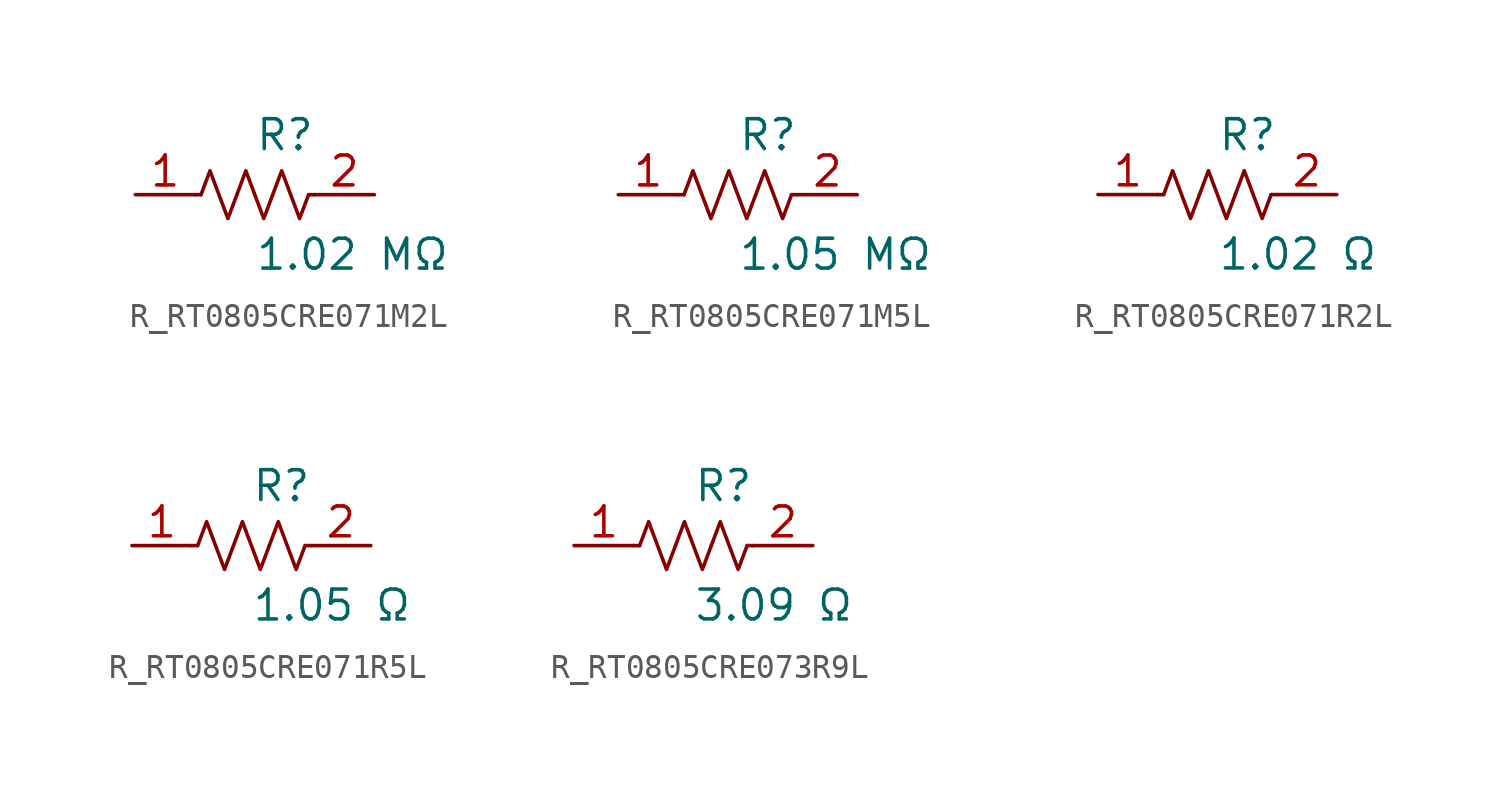
<source format=kicad_sym>
(kicad_symbol_lib
  (version 20231120)
  (generator kicad_symbol_editor)
  (generator_version 8.0)
  (symbol "R_RT0805CRE071M2L"
    (pin_names
      (offset 0.254))
    (property "Reference" "R"
      (at 0.0 2.54 0)
      (effects (font (size 1.27 1.27)) (justify left)))
    (property "Value" "1.02 MΩ"
      (at 0.0 -2.54 0)
      (effects (font (size 1.27 1.27)) (justify left)))
    (symbol "R_RT0805CRE071M2L_0_1"
      (polyline (pts (xy 2.286 0) (xy 2.54 0)) (stroke (width 0) (type default)) (fill (type none)))
      (polyline (pts (xy -2.286 0) (xy -2.54 0)) (stroke (width 0) (type default)) (fill (type none)))
      (polyline (pts (xy 0.762 0) (xy 1.143 1.016) (xy 1.524 0) (xy 1.905 -1.016) (xy 2.286 0)) (stroke (width 0) (type default)) (fill (type none)))
      (polyline (pts (xy -0.762 0) (xy -0.381 1.016) (xy 0 0) (xy 0.381 -1.016) (xy 0.762 0)) (stroke (width 0) (type default)) (fill (type none)))
      (polyline (pts (xy -2.286 0) (xy -1.905 1.016) (xy -1.524 0) (xy -1.143 -1.016) (xy -0.762 0)) (stroke (width 0) (type default)) (fill (type none))))
    (pin unspecified line
      (at -5.08 0 0)
      (length 2.54)
      (name "" (effects (font (size 1.27 1.27))))
      (number "1" (effects (font (size 1.27 1.27)))))
    (pin unspecified line
      (at 5.08 0 180)
      (length 2.54)
      (name "" (effects (font (size 1.27 1.27))))
      (number "2" (effects (font (size 1.27 1.27))))))
  (symbol "R_RT0805CRE071M5L"
    (pin_names
      (offset 0.254))
    (property "Reference" "R"
      (at 0.0 2.54 0)
      (effects (font (size 1.27 1.27)) (justify left)))
    (property "Value" "1.05 MΩ"
      (at 0.0 -2.54 0)
      (effects (font (size 1.27 1.27)) (justify left)))
    (symbol "R_RT0805CRE071M5L_0_1"
      (polyline (pts (xy 2.286 0) (xy 2.54 0)) (stroke (width 0) (type default)) (fill (type none)))
      (polyline (pts (xy -2.286 0) (xy -2.54 0)) (stroke (width 0) (type default)) (fill (type none)))
      (polyline (pts (xy 0.762 0) (xy 1.143 1.016) (xy 1.524 0) (xy 1.905 -1.016) (xy 2.286 0)) (stroke (width 0) (type default)) (fill (type none)))
      (polyline (pts (xy -0.762 0) (xy -0.381 1.016) (xy 0 0) (xy 0.381 -1.016) (xy 0.762 0)) (stroke (width 0) (type default)) (fill (type none)))
      (polyline (pts (xy -2.286 0) (xy -1.905 1.016) (xy -1.524 0) (xy -1.143 -1.016) (xy -0.762 0)) (stroke (width 0) (type default)) (fill (type none))))
    (pin unspecified line
      (at -5.08 0 0)
      (length 2.54)
      (name "" (effects (font (size 1.27 1.27))))
      (number "1" (effects (font (size 1.27 1.27)))))
    (pin unspecified line
      (at 5.08 0 180)
      (length 2.54)
      (name "" (effects (font (size 1.27 1.27))))
      (number "2" (effects (font (size 1.27 1.27))))))
  (symbol "R_RT0805CRE071R2L"
    (pin_names
      (offset 0.254))
    (property "Reference" "R"
      (at 0.0 2.54 0)
      (effects (font (size 1.27 1.27)) (justify left)))
    (property "Value" "1.02 Ω"
      (at 0.0 -2.54 0)
      (effects (font (size 1.27 1.27)) (justify left)))
    (symbol "R_RT0805CRE071R2L_0_1"
      (polyline (pts (xy 2.286 0) (xy 2.54 0)) (stroke (width 0) (type default)) (fill (type none)))
      (polyline (pts (xy -2.286 0) (xy -2.54 0)) (stroke (width 0) (type default)) (fill (type none)))
      (polyline (pts (xy 0.762 0) (xy 1.143 1.016) (xy 1.524 0) (xy 1.905 -1.016) (xy 2.286 0)) (stroke (width 0) (type default)) (fill (type none)))
      (polyline (pts (xy -0.762 0) (xy -0.381 1.016) (xy 0 0) (xy 0.381 -1.016) (xy 0.762 0)) (stroke (width 0) (type default)) (fill (type none)))
      (polyline (pts (xy -2.286 0) (xy -1.905 1.016) (xy -1.524 0) (xy -1.143 -1.016) (xy -0.762 0)) (stroke (width 0) (type default)) (fill (type none))))
    (pin unspecified line
      (at -5.08 0 0)
      (length 2.54)
      (name "" (effects (font (size 1.27 1.27))))
      (number "1" (effects (font (size 1.27 1.27)))))
    (pin unspecified line
      (at 5.08 0 180)
      (length 2.54)
      (name "" (effects (font (size 1.27 1.27))))
      (number "2" (effects (font (size 1.27 1.27))))))
  (symbol "R_RT0805CRE071R5L"
    (pin_names
      (offset 0.254))
    (property "Reference" "R"
      (at 0.0 2.54 0)
      (effects (font (size 1.27 1.27)) (justify left)))
    (property "Value" "1.05 Ω"
      (at 0.0 -2.54 0)
      (effects (font (size 1.27 1.27)) (justify left)))
    (symbol "R_RT0805CRE071R5L_0_1"
      (polyline (pts (xy 2.286 0) (xy 2.54 0)) (stroke (width 0) (type default)) (fill (type none)))
      (polyline (pts (xy -2.286 0) (xy -2.54 0)) (stroke (width 0) (type default)) (fill (type none)))
      (polyline (pts (xy 0.762 0) (xy 1.143 1.016) (xy 1.524 0) (xy 1.905 -1.016) (xy 2.286 0)) (stroke (width 0) (type default)) (fill (type none)))
      (polyline (pts (xy -0.762 0) (xy -0.381 1.016) (xy 0 0) (xy 0.381 -1.016) (xy 0.762 0)) (stroke (width 0) (type default)) (fill (type none)))
      (polyline (pts (xy -2.286 0) (xy -1.905 1.016) (xy -1.524 0) (xy -1.143 -1.016) (xy -0.762 0)) (stroke (width 0) (type default)) (fill (type none))))
    (pin unspecified line
      (at -5.08 0 0)
      (length 2.54)
      (name "" (effects (font (size 1.27 1.27))))
      (number "1" (effects (font (size 1.27 1.27)))))
    (pin unspecified line
      (at 5.08 0 180)
      (length 2.54)
      (name "" (effects (font (size 1.27 1.27))))
      (number "2" (effects (font (size 1.27 1.27))))))
  (symbol "R_RT0805CRE073R9L"
    (pin_names
      (offset 0.254))
    (property "Reference" "R"
      (at 0.0 2.54 0)
      (effects (font (size 1.27 1.27)) (justify left)))
    (property "Value" "3.09 Ω"
      (at 0.0 -2.54 0)
      (effects (font (size 1.27 1.27)) (justify left)))
    (symbol "R_RT0805CRE073R9L_0_1"
      (polyline (pts (xy 2.286 0) (xy 2.54 0)) (stroke (width 0) (type default)) (fill (type none)))
      (polyline (pts (xy -2.286 0) (xy -2.54 0)) (stroke (width 0) (type default)) (fill (type none)))
      (polyline (pts (xy 0.762 0) (xy 1.143 1.016) (xy 1.524 0) (xy 1.905 -1.016) (xy 2.286 0)) (stroke (width 0) (type default)) (fill (type none)))
      (polyline (pts (xy -0.762 0) (xy -0.381 1.016) (xy 0 0) (xy 0.381 -1.016) (xy 0.762 0)) (stroke (width 0) (type default)) (fill (type none)))
      (polyline (pts (xy -2.286 0) (xy -1.905 1.016) (xy -1.524 0) (xy -1.143 -1.016) (xy -0.762 0)) (stroke (width 0) (type default)) (fill (type none))))
    (pin unspecified line
      (at -5.08 0 0)
      (length 2.54)
      (name "" (effects (font (size 1.27 1.27))))
      (number "1" (effects (font (size 1.27 1.27)))))
    (pin unspecified line
      (at 5.08 0 180)
      (length 2.54)
      (name "" (effects (font (size 1.27 1.27))))
      (number "2" (effects (font (size 1.27 1.27)))))))
</source>
